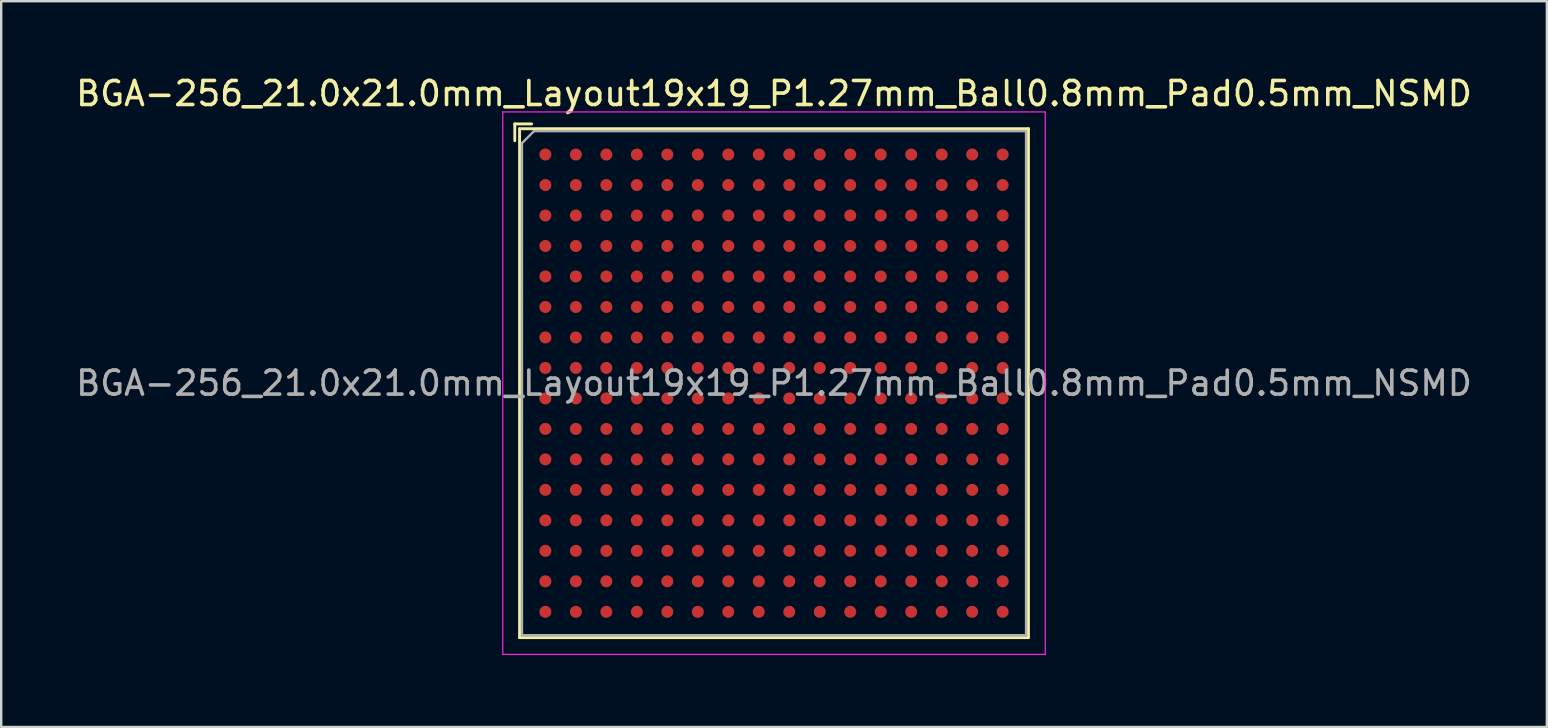
<source format=kicad_pcb>
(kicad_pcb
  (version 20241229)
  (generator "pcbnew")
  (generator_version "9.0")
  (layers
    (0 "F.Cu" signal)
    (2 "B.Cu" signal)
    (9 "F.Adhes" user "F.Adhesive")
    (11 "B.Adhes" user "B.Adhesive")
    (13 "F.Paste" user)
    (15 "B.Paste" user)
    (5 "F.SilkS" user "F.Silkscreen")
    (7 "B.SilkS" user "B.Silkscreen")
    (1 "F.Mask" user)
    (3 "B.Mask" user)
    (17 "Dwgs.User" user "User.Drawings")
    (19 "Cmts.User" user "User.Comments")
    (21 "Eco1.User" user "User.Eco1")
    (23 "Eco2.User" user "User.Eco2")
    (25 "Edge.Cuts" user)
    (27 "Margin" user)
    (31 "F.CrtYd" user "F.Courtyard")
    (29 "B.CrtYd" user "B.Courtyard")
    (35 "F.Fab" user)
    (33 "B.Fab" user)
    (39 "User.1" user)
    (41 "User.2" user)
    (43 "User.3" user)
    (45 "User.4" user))
  (footprint "BGA-256_21.0x21.0mm_Layout19x19_P1.27mm_Ball0.8mm_Pad0.5mm_NSMD"
    (layer "F.Cu")
    (at 29.196 12.913)
    (property "Reference" "BGA-256_21.0x21.0mm_Layout19x19_P1.27mm_Ball0.8mm_Pad0.5mm_NSMD" (at 0 -12.065 0) (layer "F.SilkS") (effects (font (size 1 1) (thickness 0.15))))
    (attr smd)
    (fp_line (start -10.8 -10.8) (end -10.8 -10.1) (stroke (width 0.12) (type solid)) (layer "F.SilkS"))
    (fp_line (start -10.6 -10.6) (end -10.6 10.6) (stroke (width 0.12) (type solid)) (layer "F.SilkS"))
    (fp_line (start -10.6 10.6) (end 10.6 10.6) (stroke (width 0.12) (type solid)) (layer "F.SilkS"))
    (fp_line (start -10.1 -10.8) (end -10.8 -10.8) (stroke (width 0.12) (type solid)) (layer "F.SilkS"))
    (fp_line (start 10.6 -10.6) (end -10.6 -10.6) (stroke (width 0.12) (type solid)) (layer "F.SilkS"))
    (fp_line (start 10.6 10.6) (end 10.6 -10.6) (stroke (width 0.12) (type solid)) (layer "F.SilkS"))
    (fp_line (start -11.3 -11.3) (end -11.3 11.3) (stroke (width 0.05) (type solid)) (layer "F.CrtYd"))
    (fp_line (start -11.3 -11.3) (end 11.3 -11.3) (stroke (width 0.05) (type solid)) (layer "F.CrtYd"))
    (fp_line (start 11.3 11.3) (end -11.3 11.3) (stroke (width 0.05) (type solid)) (layer "F.CrtYd"))
    (fp_line (start 11.3 11.3) (end 11.3 -11.3) (stroke (width 0.05) (type solid)) (layer "F.CrtYd"))
    (fp_line (start -10.5 -10) (end -10.5 10.5) (stroke (width 0.1) (type solid)) (layer "F.Fab"))
    (fp_line (start -10.5 10.5) (end 10.5 10.5) (stroke (width 0.1) (type solid)) (layer "F.Fab"))
    (fp_line (start -10 -10.5) (end -10.5 -10) (stroke (width 0.1) (type solid)) (layer "F.Fab"))
    (fp_line (start 10.5 -10.5) (end -10 -10.5) (stroke (width 0.1) (type solid)) (layer "F.Fab"))
    (fp_line (start 10.5 10.5) (end 10.5 -10.5) (stroke (width 0.1) (type solid)) (layer "F.Fab"))
    (fp_text user "${REFERENCE}" (at 0 0 0) (layer "F.Fab") (effects (font (size 1 1) (thickness 0.15))))
    (pad "A1" smd circle (at -9.525 -9.525) (size 0.5 0.5) (layers "F.Cu" "F.Mask" "F.Paste"))
    (pad "A2" smd circle (at -8.255 -9.525) (size 0.5 0.5) (layers "F.Cu" "F.Mask" "F.Paste"))
    (pad "A3" smd circle (at -6.985 -9.525) (size 0.5 0.5) (layers "F.Cu" "F.Mask" "F.Paste"))
    (pad "A4" smd circle (at -5.715 -9.525) (size 0.5 0.5) (layers "F.Cu" "F.Mask" "F.Paste"))
    (pad "A5" smd circle (at -4.445 -9.525) (size 0.5 0.5) (layers "F.Cu" "F.Mask" "F.Paste"))
    (pad "A6" smd circle (at -3.175 -9.525) (size 0.5 0.5) (layers "F.Cu" "F.Mask" "F.Paste"))
    (pad "A7" smd circle (at -1.905 -9.525) (size 0.5 0.5) (layers "F.Cu" "F.Mask" "F.Paste"))
    (pad "A8" smd circle (at -0.635 -9.525) (size 0.5 0.5) (layers "F.Cu" "F.Mask" "F.Paste"))
    (pad "A9" smd circle (at 0.635 -9.525) (size 0.5 0.5) (layers "F.Cu" "F.Mask" "F.Paste"))
    (pad "A10" smd circle (at 1.905 -9.525) (size 0.5 0.5) (layers "F.Cu" "F.Mask" "F.Paste"))
    (pad "A11" smd circle (at 3.175 -9.525) (size 0.5 0.5) (layers "F.Cu" "F.Mask" "F.Paste"))
    (pad "A12" smd circle (at 4.445 -9.525) (size 0.5 0.5) (layers "F.Cu" "F.Mask" "F.Paste"))
    (pad "A13" smd circle (at 5.715 -9.525) (size 0.5 0.5) (layers "F.Cu" "F.Mask" "F.Paste"))
    (pad "A14" smd circle (at 6.985 -9.525) (size 0.5 0.5) (layers "F.Cu" "F.Mask" "F.Paste"))
    (pad "A15" smd circle (at 8.255 -9.525) (size 0.5 0.5) (layers "F.Cu" "F.Mask" "F.Paste"))
    (pad "A16" smd circle (at 9.525 -9.525) (size 0.5 0.5) (layers "F.Cu" "F.Mask" "F.Paste"))
    (pad "B1" smd circle (at -9.525 -8.255) (size 0.5 0.5) (layers "F.Cu" "F.Mask" "F.Paste"))
    (pad "B2" smd circle (at -8.255 -8.255) (size 0.5 0.5) (layers "F.Cu" "F.Mask" "F.Paste"))
    (pad "B3" smd circle (at -6.985 -8.255) (size 0.5 0.5) (layers "F.Cu" "F.Mask" "F.Paste"))
    (pad "B4" smd circle (at -5.715 -8.255) (size 0.5 0.5) (layers "F.Cu" "F.Mask" "F.Paste"))
    (pad "B5" smd circle (at -4.445 -8.255) (size 0.5 0.5) (layers "F.Cu" "F.Mask" "F.Paste"))
    (pad "B6" smd circle (at -3.175 -8.255) (size 0.5 0.5) (layers "F.Cu" "F.Mask" "F.Paste"))
    (pad "B7" smd circle (at -1.905 -8.255) (size 0.5 0.5) (layers "F.Cu" "F.Mask" "F.Paste"))
    (pad "B8" smd circle (at -0.635 -8.255) (size 0.5 0.5) (layers "F.Cu" "F.Mask" "F.Paste"))
    (pad "B9" smd circle (at 0.635 -8.255) (size 0.5 0.5) (layers "F.Cu" "F.Mask" "F.Paste"))
    (pad "B10" smd circle (at 1.905 -8.255) (size 0.5 0.5) (layers "F.Cu" "F.Mask" "F.Paste"))
    (pad "B11" smd circle (at 3.175 -8.255) (size 0.5 0.5) (layers "F.Cu" "F.Mask" "F.Paste"))
    (pad "B12" smd circle (at 4.445 -8.255) (size 0.5 0.5) (layers "F.Cu" "F.Mask" "F.Paste"))
    (pad "B13" smd circle (at 5.715 -8.255) (size 0.5 0.5) (layers "F.Cu" "F.Mask" "F.Paste"))
    (pad "B14" smd circle (at 6.985 -8.255) (size 0.5 0.5) (layers "F.Cu" "F.Mask" "F.Paste"))
    (pad "B15" smd circle (at 8.255 -8.255) (size 0.5 0.5) (layers "F.Cu" "F.Mask" "F.Paste"))
    (pad "B16" smd circle (at 9.525 -8.255) (size 0.5 0.5) (layers "F.Cu" "F.Mask" "F.Paste"))
    (pad "C1" smd circle (at -9.525 -6.985) (size 0.5 0.5) (layers "F.Cu" "F.Mask" "F.Paste"))
    (pad "C2" smd circle (at -8.255 -6.985) (size 0.5 0.5) (layers "F.Cu" "F.Mask" "F.Paste"))
    (pad "C3" smd circle (at -6.985 -6.985) (size 0.5 0.5) (layers "F.Cu" "F.Mask" "F.Paste"))
    (pad "C4" smd circle (at -5.715 -6.985) (size 0.5 0.5) (layers "F.Cu" "F.Mask" "F.Paste"))
    (pad "C5" smd circle (at -4.445 -6.985) (size 0.5 0.5) (layers "F.Cu" "F.Mask" "F.Paste"))
    (pad "C6" smd circle (at -3.175 -6.985) (size 0.5 0.5) (layers "F.Cu" "F.Mask" "F.Paste"))
    (pad "C7" smd circle (at -1.905 -6.985) (size 0.5 0.5) (layers "F.Cu" "F.Mask" "F.Paste"))
    (pad "C8" smd circle (at -0.635 -6.985) (size 0.5 0.5) (layers "F.Cu" "F.Mask" "F.Paste"))
    (pad "C9" smd circle (at 0.635 -6.985) (size 0.5 0.5) (layers "F.Cu" "F.Mask" "F.Paste"))
    (pad "C10" smd circle (at 1.905 -6.985) (size 0.5 0.5) (layers "F.Cu" "F.Mask" "F.Paste"))
    (pad "C11" smd circle (at 3.175 -6.985) (size 0.5 0.5) (layers "F.Cu" "F.Mask" "F.Paste"))
    (pad "C12" smd circle (at 4.445 -6.985) (size 0.5 0.5) (layers "F.Cu" "F.Mask" "F.Paste"))
    (pad "C13" smd circle (at 5.715 -6.985) (size 0.5 0.5) (layers "F.Cu" "F.Mask" "F.Paste"))
    (pad "C14" smd circle (at 6.985 -6.985) (size 0.5 0.5) (layers "F.Cu" "F.Mask" "F.Paste"))
    (pad "C15" smd circle (at 8.255 -6.985) (size 0.5 0.5) (layers "F.Cu" "F.Mask" "F.Paste"))
    (pad "C16" smd circle (at 9.525 -6.985) (size 0.5 0.5) (layers "F.Cu" "F.Mask" "F.Paste"))
    (pad "D1" smd circle (at -9.525 -5.715) (size 0.5 0.5) (layers "F.Cu" "F.Mask" "F.Paste"))
    (pad "D2" smd circle (at -8.255 -5.715) (size 0.5 0.5) (layers "F.Cu" "F.Mask" "F.Paste"))
    (pad "D3" smd circle (at -6.985 -5.715) (size 0.5 0.5) (layers "F.Cu" "F.Mask" "F.Paste"))
    (pad "D4" smd circle (at -5.715 -5.715) (size 0.5 0.5) (layers "F.Cu" "F.Mask" "F.Paste"))
    (pad "D5" smd circle (at -4.445 -5.715) (size 0.5 0.5) (layers "F.Cu" "F.Mask" "F.Paste"))
    (pad "D6" smd circle (at -3.175 -5.715) (size 0.5 0.5) (layers "F.Cu" "F.Mask" "F.Paste"))
    (pad "D7" smd circle (at -1.905 -5.715) (size 0.5 0.5) (layers "F.Cu" "F.Mask" "F.Paste"))
    (pad "D8" smd circle (at -0.635 -5.715) (size 0.5 0.5) (layers "F.Cu" "F.Mask" "F.Paste"))
    (pad "D9" smd circle (at 0.635 -5.715) (size 0.5 0.5) (layers "F.Cu" "F.Mask" "F.Paste"))
    (pad "D10" smd circle (at 1.905 -5.715 90) (size 0.5 0.5) (layers "F.Cu" "F.Mask" "F.Paste"))
    (pad "D11" smd circle (at 3.175 -5.715) (size 0.5 0.5) (layers "F.Cu" "F.Mask" "F.Paste"))
    (pad "D12" smd circle (at 4.445 -5.715) (size 0.5 0.5) (layers "F.Cu" "F.Mask" "F.Paste"))
    (pad "D13" smd circle (at 5.715 -5.715) (size 0.5 0.5) (layers "F.Cu" "F.Mask" "F.Paste"))
    (pad "D14" smd circle (at 6.985 -5.715) (size 0.5 0.5) (layers "F.Cu" "F.Mask" "F.Paste"))
    (pad "D15" smd circle (at 8.255 -5.715) (size 0.5 0.5) (layers "F.Cu" "F.Mask" "F.Paste"))
    (pad "D16" smd circle (at 9.525 -5.715) (size 0.5 0.5) (layers "F.Cu" "F.Mask" "F.Paste"))
    (pad "E1" smd circle (at -9.525 -4.445) (size 0.5 0.5) (layers "F.Cu" "F.Mask" "F.Paste"))
    (pad "E2" smd circle (at -8.255 -4.445) (size 0.5 0.5) (layers "F.Cu" "F.Mask" "F.Paste"))
    (pad "E3" smd circle (at -6.985 -4.445) (size 0.5 0.5) (layers "F.Cu" "F.Mask" "F.Paste"))
    (pad "E4" smd circle (at -5.715 -4.445) (size 0.5 0.5) (layers "F.Cu" "F.Mask" "F.Paste"))
    (pad "E5" smd circle (at -4.445 -4.445) (size 0.5 0.5) (layers "F.Cu" "F.Mask" "F.Paste"))
    (pad "E6" smd circle (at -3.175 -4.445) (size 0.5 0.5) (layers "F.Cu" "F.Mask" "F.Paste"))
    (pad "E7" smd circle (at -1.905 -4.445) (size 0.5 0.5) (layers "F.Cu" "F.Mask" "F.Paste"))
    (pad "E8" smd circle (at -0.635 -4.445) (size 0.5 0.5) (layers "F.Cu" "F.Mask" "F.Paste"))
    (pad "E9" smd circle (at 0.635 -4.445) (size 0.5 0.5) (layers "F.Cu" "F.Mask" "F.Paste"))
    (pad "E10" smd circle (at 1.905 -4.445) (size 0.5 0.5) (layers "F.Cu" "F.Mask" "F.Paste"))
    (pad "E11" smd circle (at 3.175 -4.445) (size 0.5 0.5) (layers "F.Cu" "F.Mask" "F.Paste"))
    (pad "E12" smd circle (at 4.445 -4.445) (size 0.5 0.5) (layers "F.Cu" "F.Mask" "F.Paste"))
    (pad "E13" smd circle (at 5.715 -4.445) (size 0.5 0.5) (layers "F.Cu" "F.Mask" "F.Paste"))
    (pad "E14" smd circle (at 6.985 -4.445) (size 0.5 0.5) (layers "F.Cu" "F.Mask" "F.Paste"))
    (pad "E15" smd circle (at 8.255 -4.445) (size 0.5 0.5) (layers "F.Cu" "F.Mask" "F.Paste"))
    (pad "E16" smd circle (at 9.525 -4.445) (size 0.5 0.5) (layers "F.Cu" "F.Mask" "F.Paste"))
    (pad "F1" smd circle (at -9.525 -3.175) (size 0.5 0.5) (layers "F.Cu" "F.Mask" "F.Paste"))
    (pad "F2" smd circle (at -8.255 -3.175) (size 0.5 0.5) (layers "F.Cu" "F.Mask" "F.Paste"))
    (pad "F3" smd circle (at -6.985 -3.175) (size 0.5 0.5) (layers "F.Cu" "F.Mask" "F.Paste"))
    (pad "F4" smd circle (at -5.715 -3.175) (size 0.5 0.5) (layers "F.Cu" "F.Mask" "F.Paste"))
    (pad "F5" smd circle (at -4.445 -3.175) (size 0.5 0.5) (layers "F.Cu" "F.Mask" "F.Paste"))
    (pad "F6" smd circle (at -3.175 -3.175) (size 0.5 0.5) (layers "F.Cu" "F.Mask" "F.Paste"))
    (pad "F7" smd circle (at -1.905 -3.175) (size 0.5 0.5) (layers "F.Cu" "F.Mask" "F.Paste"))
    (pad "F8" smd circle (at -0.635 -3.175) (size 0.5 0.5) (layers "F.Cu" "F.Mask" "F.Paste"))
    (pad "F9" smd circle (at 0.635 -3.175) (size 0.5 0.5) (layers "F.Cu" "F.Mask" "F.Paste"))
    (pad "F10" smd circle (at 1.905 -3.175) (size 0.5 0.5) (layers "F.Cu" "F.Mask" "F.Paste"))
    (pad "F11" smd circle (at 3.175 -3.175) (size 0.5 0.5) (layers "F.Cu" "F.Mask" "F.Paste"))
    (pad "F12" smd circle (at 4.445 -3.175) (size 0.5 0.5) (layers "F.Cu" "F.Mask" "F.Paste"))
    (pad "F13" smd circle (at 5.715 -3.175) (size 0.5 0.5) (layers "F.Cu" "F.Mask" "F.Paste"))
    (pad "F14" smd circle (at 6.985 -3.175) (size 0.5 0.5) (layers "F.Cu" "F.Mask" "F.Paste"))
    (pad "F15" smd circle (at 8.255 -3.175) (size 0.5 0.5) (layers "F.Cu" "F.Mask" "F.Paste"))
    (pad "F16" smd circle (at 9.525 -3.175) (size 0.5 0.5) (layers "F.Cu" "F.Mask" "F.Paste"))
    (pad "G1" smd circle (at -9.525 -1.905) (size 0.5 0.5) (layers "F.Cu" "F.Mask" "F.Paste"))
    (pad "G2" smd circle (at -8.255 -1.905) (size 0.5 0.5) (layers "F.Cu" "F.Mask" "F.Paste"))
    (pad "G3" smd circle (at -6.985 -1.905) (size 0.5 0.5) (layers "F.Cu" "F.Mask" "F.Paste"))
    (pad "G4" smd circle (at -5.715 -1.905) (size 0.5 0.5) (layers "F.Cu" "F.Mask" "F.Paste"))
    (pad "G5" smd circle (at -4.445 -1.905) (size 0.5 0.5) (layers "F.Cu" "F.Mask" "F.Paste"))
    (pad "G6" smd circle (at -3.175 -1.905) (size 0.5 0.5) (layers "F.Cu" "F.Mask" "F.Paste"))
    (pad "G7" smd circle (at -1.905 -1.905) (size 0.5 0.5) (layers "F.Cu" "F.Mask" "F.Paste"))
    (pad "G8" smd circle (at -0.635 -1.905) (size 0.5 0.5) (layers "F.Cu" "F.Mask" "F.Paste"))
    (pad "G9" smd circle (at 0.635 -1.905) (size 0.5 0.5) (layers "F.Cu" "F.Mask" "F.Paste"))
    (pad "G10" smd circle (at 1.905 -1.905) (size 0.5 0.5) (layers "F.Cu" "F.Mask" "F.Paste"))
    (pad "G11" smd circle (at 3.175 -1.905) (size 0.5 0.5) (layers "F.Cu" "F.Mask" "F.Paste"))
    (pad "G12" smd circle (at 4.445 -1.905) (size 0.5 0.5) (layers "F.Cu" "F.Mask" "F.Paste"))
    (pad "G13" smd circle (at 5.715 -1.905) (size 0.5 0.5) (layers "F.Cu" "F.Mask" "F.Paste"))
    (pad "G14" smd circle (at 6.985 -1.905) (size 0.5 0.5) (layers "F.Cu" "F.Mask" "F.Paste"))
    (pad "G15" smd circle (at 8.255 -1.905) (size 0.5 0.5) (layers "F.Cu" "F.Mask" "F.Paste"))
    (pad "G16" smd circle (at 9.525 -1.905) (size 0.5 0.5) (layers "F.Cu" "F.Mask" "F.Paste"))
    (pad "H1" smd circle (at -9.525 -0.635) (size 0.5 0.5) (layers "F.Cu" "F.Mask" "F.Paste"))
    (pad "H2" smd circle (at -8.255 -0.635) (size 0.5 0.5) (layers "F.Cu" "F.Mask" "F.Paste"))
    (pad "H3" smd circle (at -6.985 -0.635) (size 0.5 0.5) (layers "F.Cu" "F.Mask" "F.Paste"))
    (pad "H4" smd circle (at -5.715 -0.635) (size 0.5 0.5) (layers "F.Cu" "F.Mask" "F.Paste"))
    (pad "H5" smd circle (at -4.445 -0.635) (size 0.5 0.5) (layers "F.Cu" "F.Mask" "F.Paste"))
    (pad "H6" smd circle (at -3.175 -0.635) (size 0.5 0.5) (layers "F.Cu" "F.Mask" "F.Paste"))
    (pad "H7" smd circle (at -1.905 -0.635) (size 0.5 0.5) (layers "F.Cu" "F.Mask" "F.Paste"))
    (pad "H8" smd circle (at -0.635 -0.635) (size 0.5 0.5) (layers "F.Cu" "F.Mask" "F.Paste"))
    (pad "H9" smd circle (at 0.635 -0.635) (size 0.5 0.5) (layers "F.Cu" "F.Mask" "F.Paste"))
    (pad "H10" smd circle (at 1.905 -0.635) (size 0.5 0.5) (layers "F.Cu" "F.Mask" "F.Paste"))
    (pad "H11" smd circle (at 3.175 -0.635) (size 0.5 0.5) (layers "F.Cu" "F.Mask" "F.Paste"))
    (pad "H12" smd circle (at 4.445 -0.635) (size 0.5 0.5) (layers "F.Cu" "F.Mask" "F.Paste"))
    (pad "H13" smd circle (at 5.715 -0.635) (size 0.5 0.5) (layers "F.Cu" "F.Mask" "F.Paste"))
    (pad "H14" smd circle (at 6.985 -0.635) (size 0.5 0.5) (layers "F.Cu" "F.Mask" "F.Paste"))
    (pad "H15" smd circle (at 8.255 -0.635) (size 0.5 0.5) (layers "F.Cu" "F.Mask" "F.Paste"))
    (pad "H16" smd circle (at 9.525 -0.635) (size 0.5 0.5) (layers "F.Cu" "F.Mask" "F.Paste"))
    (pad "J1" smd circle (at -9.525 0.635) (size 0.5 0.5) (layers "F.Cu" "F.Mask" "F.Paste"))
    (pad "J2" smd circle (at -8.255 0.635) (size 0.5 0.5) (layers "F.Cu" "F.Mask" "F.Paste"))
    (pad "J3" smd circle (at -6.985 0.635) (size 0.5 0.5) (layers "F.Cu" "F.Mask" "F.Paste"))
    (pad "J4" smd circle (at -5.715 0.635) (size 0.5 0.5) (layers "F.Cu" "F.Mask" "F.Paste"))
    (pad "J5" smd circle (at -4.445 0.635) (size 0.5 0.5) (layers "F.Cu" "F.Mask" "F.Paste"))
    (pad "J6" smd circle (at -3.175 0.635) (size 0.5 0.5) (layers "F.Cu" "F.Mask" "F.Paste"))
    (pad "J7" smd circle (at -1.905 0.635) (size 0.5 0.5) (layers "F.Cu" "F.Mask" "F.Paste"))
    (pad "J8" smd circle (at -0.635 0.635) (size 0.5 0.5) (layers "F.Cu" "F.Mask" "F.Paste"))
    (pad "J9" smd circle (at 0.635 0.635) (size 0.5 0.5) (layers "F.Cu" "F.Mask" "F.Paste"))
    (pad "J10" smd circle (at 1.905 0.635) (size 0.5 0.5) (layers "F.Cu" "F.Mask" "F.Paste"))
    (pad "J11" smd circle (at 3.175 0.635) (size 0.5 0.5) (layers "F.Cu" "F.Mask" "F.Paste"))
    (pad "J12" smd circle (at 4.445 0.635) (size 0.5 0.5) (layers "F.Cu" "F.Mask" "F.Paste"))
    (pad "J13" smd circle (at 5.715 0.635) (size 0.5 0.5) (layers "F.Cu" "F.Mask" "F.Paste"))
    (pad "J14" smd circle (at 6.985 0.635) (size 0.5 0.5) (layers "F.Cu" "F.Mask" "F.Paste"))
    (pad "J15" smd circle (at 8.255 0.635) (size 0.5 0.5) (layers "F.Cu" "F.Mask" "F.Paste"))
    (pad "J16" smd circle (at 9.525 0.635) (size 0.5 0.5) (layers "F.Cu" "F.Mask" "F.Paste"))
    (pad "K1" smd circle (at -9.525 1.905) (size 0.5 0.5) (layers "F.Cu" "F.Mask" "F.Paste"))
    (pad "K2" smd circle (at -8.255 1.905) (size 0.5 0.5) (layers "F.Cu" "F.Mask" "F.Paste"))
    (pad "K3" smd circle (at -6.985 1.905) (size 0.5 0.5) (layers "F.Cu" "F.Mask" "F.Paste"))
    (pad "K4" smd circle (at -5.715 1.905) (size 0.5 0.5) (layers "F.Cu" "F.Mask" "F.Paste"))
    (pad "K5" smd circle (at -4.445 1.905) (size 0.5 0.5) (layers "F.Cu" "F.Mask" "F.Paste"))
    (pad "K6" smd circle (at -3.175 1.905) (size 0.5 0.5) (layers "F.Cu" "F.Mask" "F.Paste"))
    (pad "K7" smd circle (at -1.905 1.905) (size 0.5 0.5) (layers "F.Cu" "F.Mask" "F.Paste"))
    (pad "K8" smd circle (at -0.635 1.905) (size 0.5 0.5) (layers "F.Cu" "F.Mask" "F.Paste"))
    (pad "K9" smd circle (at 0.635 1.905) (size 0.5 0.5) (layers "F.Cu" "F.Mask" "F.Paste"))
    (pad "K10" smd circle (at 1.905 1.905) (size 0.5 0.5) (layers "F.Cu" "F.Mask" "F.Paste"))
    (pad "K11" smd circle (at 3.175 1.905) (size 0.5 0.5) (layers "F.Cu" "F.Mask" "F.Paste"))
    (pad "K12" smd circle (at 4.445 1.905) (size 0.5 0.5) (layers "F.Cu" "F.Mask" "F.Paste"))
    (pad "K13" smd circle (at 5.715 1.905) (size 0.5 0.5) (layers "F.Cu" "F.Mask" "F.Paste"))
    (pad "K14" smd circle (at 6.985 1.905) (size 0.5 0.5) (layers "F.Cu" "F.Mask" "F.Paste"))
    (pad "K15" smd circle (at 8.255 1.905) (size 0.5 0.5) (layers "F.Cu" "F.Mask" "F.Paste"))
    (pad "K16" smd circle (at 9.525 1.905) (size 0.5 0.5) (layers "F.Cu" "F.Mask" "F.Paste"))
    (pad "L1" smd circle (at -9.525 3.175) (size 0.5 0.5) (layers "F.Cu" "F.Mask" "F.Paste"))
    (pad "L2" smd circle (at -8.255 3.175) (size 0.5 0.5) (layers "F.Cu" "F.Mask" "F.Paste"))
    (pad "L3" smd circle (at -6.985 3.175) (size 0.5 0.5) (layers "F.Cu" "F.Mask" "F.Paste"))
    (pad "L4" smd circle (at -5.715 3.175) (size 0.5 0.5) (layers "F.Cu" "F.Mask" "F.Paste"))
    (pad "L5" smd circle (at -4.445 3.175) (size 0.5 0.5) (layers "F.Cu" "F.Mask" "F.Paste"))
    (pad "L6" smd circle (at -3.175 3.175) (size 0.5 0.5) (layers "F.Cu" "F.Mask" "F.Paste"))
    (pad "L7" smd circle (at -1.905 3.175) (size 0.5 0.5) (layers "F.Cu" "F.Mask" "F.Paste"))
    (pad "L8" smd circle (at -0.635 3.175) (size 0.5 0.5) (layers "F.Cu" "F.Mask" "F.Paste"))
    (pad "L9" smd circle (at 0.635 3.175) (size 0.5 0.5) (layers "F.Cu" "F.Mask" "F.Paste"))
    (pad "L10" smd circle (at 1.905 3.175) (size 0.5 0.5) (layers "F.Cu" "F.Mask" "F.Paste"))
    (pad "L11" smd circle (at 3.175 3.175) (size 0.5 0.5) (layers "F.Cu" "F.Mask" "F.Paste"))
    (pad "L12" smd circle (at 4.445 3.175) (size 0.5 0.5) (layers "F.Cu" "F.Mask" "F.Paste"))
    (pad "L13" smd circle (at 5.715 3.175) (size 0.5 0.5) (layers "F.Cu" "F.Mask" "F.Paste"))
    (pad "L14" smd circle (at 6.985 3.175) (size 0.5 0.5) (layers "F.Cu" "F.Mask" "F.Paste"))
    (pad "L15" smd circle (at 8.255 3.175) (size 0.5 0.5) (layers "F.Cu" "F.Mask" "F.Paste"))
    (pad "L16" smd circle (at 9.525 3.175) (size 0.5 0.5) (layers "F.Cu" "F.Mask" "F.Paste"))
    (pad "M1" smd circle (at -9.525 4.445) (size 0.5 0.5) (layers "F.Cu" "F.Mask" "F.Paste"))
    (pad "M2" smd circle (at -8.255 4.445) (size 0.5 0.5) (layers "F.Cu" "F.Mask" "F.Paste"))
    (pad "M3" smd circle (at -6.985 4.445) (size 0.5 0.5) (layers "F.Cu" "F.Mask" "F.Paste"))
    (pad "M4" smd circle (at -5.715 4.445) (size 0.5 0.5) (layers "F.Cu" "F.Mask" "F.Paste"))
    (pad "M5" smd circle (at -4.445 4.445) (size 0.5 0.5) (layers "F.Cu" "F.Mask" "F.Paste"))
    (pad "M6" smd circle (at -3.175 4.445) (size 0.5 0.5) (layers "F.Cu" "F.Mask" "F.Paste"))
    (pad "M7" smd circle (at -1.905 4.445) (size 0.5 0.5) (layers "F.Cu" "F.Mask" "F.Paste"))
    (pad "M8" smd circle (at -0.635 4.445) (size 0.5 0.5) (layers "F.Cu" "F.Mask" "F.Paste"))
    (pad "M9" smd circle (at 0.635 4.445) (size 0.5 0.5) (layers "F.Cu" "F.Mask" "F.Paste"))
    (pad "M10" smd circle (at 1.905 4.445) (size 0.5 0.5) (layers "F.Cu" "F.Mask" "F.Paste"))
    (pad "M11" smd circle (at 3.175 4.445) (size 0.5 0.5) (layers "F.Cu" "F.Mask" "F.Paste"))
    (pad "M12" smd circle (at 4.445 4.445) (size 0.5 0.5) (layers "F.Cu" "F.Mask" "F.Paste"))
    (pad "M13" smd circle (at 5.715 4.445) (size 0.5 0.5) (layers "F.Cu" "F.Mask" "F.Paste"))
    (pad "M14" smd circle (at 6.985 4.445) (size 0.5 0.5) (layers "F.Cu" "F.Mask" "F.Paste"))
    (pad "M15" smd circle (at 8.255 4.445) (size 0.5 0.5) (layers "F.Cu" "F.Mask" "F.Paste"))
    (pad "M16" smd circle (at 9.525 4.445) (size 0.5 0.5) (layers "F.Cu" "F.Mask" "F.Paste"))
    (pad "N1" smd circle (at -9.525 5.715) (size 0.5 0.5) (layers "F.Cu" "F.Mask" "F.Paste"))
    (pad "N2" smd circle (at -8.255 5.715) (size 0.5 0.5) (layers "F.Cu" "F.Mask" "F.Paste"))
    (pad "N3" smd circle (at -6.985 5.715) (size 0.5 0.5) (layers "F.Cu" "F.Mask" "F.Paste"))
    (pad "N4" smd circle (at -5.715 5.715) (size 0.5 0.5) (layers "F.Cu" "F.Mask" "F.Paste"))
    (pad "N5" smd circle (at -4.445 5.715) (size 0.5 0.5) (layers "F.Cu" "F.Mask" "F.Paste"))
    (pad "N6" smd circle (at -3.175 5.715) (size 0.5 0.5) (layers "F.Cu" "F.Mask" "F.Paste"))
    (pad "N7" smd circle (at -1.905 5.715) (size 0.5 0.5) (layers "F.Cu" "F.Mask" "F.Paste"))
    (pad "N8" smd circle (at -0.635 5.715) (size 0.5 0.5) (layers "F.Cu" "F.Mask" "F.Paste"))
    (pad "N9" smd circle (at 0.635 5.715) (size 0.5 0.5) (layers "F.Cu" "F.Mask" "F.Paste"))
    (pad "N10" smd circle (at 1.905 5.715) (size 0.5 0.5) (layers "F.Cu" "F.Mask" "F.Paste"))
    (pad "N11" smd circle (at 3.175 5.715) (size 0.5 0.5) (layers "F.Cu" "F.Mask" "F.Paste"))
    (pad "N12" smd circle (at 4.445 5.715) (size 0.5 0.5) (layers "F.Cu" "F.Mask" "F.Paste"))
    (pad "N13" smd circle (at 5.715 5.715) (size 0.5 0.5) (layers "F.Cu" "F.Mask" "F.Paste"))
    (pad "N14" smd circle (at 6.985 5.715) (size 0.5 0.5) (layers "F.Cu" "F.Mask" "F.Paste"))
    (pad "N15" smd circle (at 8.255 5.715) (size 0.5 0.5) (layers "F.Cu" "F.Mask" "F.Paste"))
    (pad "N16" smd circle (at 9.525 5.715) (size 0.5 0.5) (layers "F.Cu" "F.Mask" "F.Paste"))
    (pad "P1" smd circle (at -9.525 6.985) (size 0.5 0.5) (layers "F.Cu" "F.Mask" "F.Paste"))
    (pad "P2" smd circle (at -8.255 6.985) (size 0.5 0.5) (layers "F.Cu" "F.Mask" "F.Paste"))
    (pad "P3" smd circle (at -6.985 6.985) (size 0.5 0.5) (layers "F.Cu" "F.Mask" "F.Paste"))
    (pad "P4" smd circle (at -5.715 6.985) (size 0.5 0.5) (layers "F.Cu" "F.Mask" "F.Paste"))
    (pad "P5" smd circle (at -4.445 6.985) (size 0.5 0.5) (layers "F.Cu" "F.Mask" "F.Paste"))
    (pad "P6" smd circle (at -3.175 6.985) (size 0.5 0.5) (layers "F.Cu" "F.Mask" "F.Paste"))
    (pad "P7" smd circle (at -1.905 6.985) (size 0.5 0.5) (layers "F.Cu" "F.Mask" "F.Paste"))
    (pad "P8" smd circle (at -0.635 6.985) (size 0.5 0.5) (layers "F.Cu" "F.Mask" "F.Paste"))
    (pad "P9" smd circle (at 0.635 6.985) (size 0.5 0.5) (layers "F.Cu" "F.Mask" "F.Paste"))
    (pad "P10" smd circle (at 1.905 6.985) (size 0.5 0.5) (layers "F.Cu" "F.Mask" "F.Paste"))
    (pad "P11" smd circle (at 3.175 6.985) (size 0.5 0.5) (layers "F.Cu" "F.Mask" "F.Paste"))
    (pad "P12" smd circle (at 4.445 6.985) (size 0.5 0.5) (layers "F.Cu" "F.Mask" "F.Paste"))
    (pad "P13" smd circle (at 5.715 6.985) (size 0.5 0.5) (layers "F.Cu" "F.Mask" "F.Paste"))
    (pad "P14" smd circle (at 6.985 6.985) (size 0.5 0.5) (layers "F.Cu" "F.Mask" "F.Paste"))
    (pad "P15" smd circle (at 8.255 6.985) (size 0.5 0.5) (layers "F.Cu" "F.Mask" "F.Paste"))
    (pad "P16" smd circle (at 9.525 6.985) (size 0.5 0.5) (layers "F.Cu" "F.Mask" "F.Paste"))
    (pad "R1" smd circle (at -9.525 8.255) (size 0.5 0.5) (layers "F.Cu" "F.Mask" "F.Paste"))
    (pad "R2" smd circle (at -8.255 8.255) (size 0.5 0.5) (layers "F.Cu" "F.Mask" "F.Paste"))
    (pad "R3" smd circle (at -6.985 8.255) (size 0.5 0.5) (layers "F.Cu" "F.Mask" "F.Paste"))
    (pad "R4" smd circle (at -5.715 8.255) (size 0.5 0.5) (layers "F.Cu" "F.Mask" "F.Paste"))
    (pad "R5" smd circle (at -4.445 8.255) (size 0.5 0.5) (layers "F.Cu" "F.Mask" "F.Paste"))
    (pad "R6" smd circle (at -3.175 8.255) (size 0.5 0.5) (layers "F.Cu" "F.Mask" "F.Paste"))
    (pad "R7" smd circle (at -1.905 8.255) (size 0.5 0.5) (layers "F.Cu" "F.Mask" "F.Paste"))
    (pad "R8" smd circle (at -0.635 8.255) (size 0.5 0.5) (layers "F.Cu" "F.Mask" "F.Paste"))
    (pad "R9" smd circle (at 0.635 8.255) (size 0.5 0.5) (layers "F.Cu" "F.Mask" "F.Paste"))
    (pad "R10" smd circle (at 1.905 8.255) (size 0.5 0.5) (layers "F.Cu" "F.Mask" "F.Paste"))
    (pad "R11" smd circle (at 3.175 8.255) (size 0.5 0.5) (layers "F.Cu" "F.Mask" "F.Paste"))
    (pad "R12" smd circle (at 4.445 8.255) (size 0.5 0.5) (layers "F.Cu" "F.Mask" "F.Paste"))
    (pad "R13" smd circle (at 5.715 8.255) (size 0.5 0.5) (layers "F.Cu" "F.Mask" "F.Paste"))
    (pad "R14" smd circle (at 6.985 8.255) (size 0.5 0.5) (layers "F.Cu" "F.Mask" "F.Paste"))
    (pad "R15" smd circle (at 8.255 8.255) (size 0.5 0.5) (layers "F.Cu" "F.Mask" "F.Paste"))
    (pad "R16" smd circle (at 9.525 8.255) (size 0.5 0.5) (layers "F.Cu" "F.Mask" "F.Paste"))
    (pad "T1" smd circle (at -9.525 9.525) (size 0.5 0.5) (layers "F.Cu" "F.Mask" "F.Paste"))
    (pad "T2" smd circle (at -8.255 9.525) (size 0.5 0.5) (layers "F.Cu" "F.Mask" "F.Paste"))
    (pad "T3" smd circle (at -6.985 9.525) (size 0.5 0.5) (layers "F.Cu" "F.Mask" "F.Paste"))
    (pad "T4" smd circle (at -5.715 9.525) (size 0.5 0.5) (layers "F.Cu" "F.Mask" "F.Paste"))
    (pad "T5" smd circle (at -4.445 9.525) (size 0.5 0.5) (layers "F.Cu" "F.Mask" "F.Paste"))
    (pad "T6" smd circle (at -3.175 9.525) (size 0.5 0.5) (layers "F.Cu" "F.Mask" "F.Paste"))
    (pad "T7" smd circle (at -1.905 9.525) (size 0.5 0.5) (layers "F.Cu" "F.Mask" "F.Paste"))
    (pad "T8" smd circle (at -0.635 9.525) (size 0.5 0.5) (layers "F.Cu" "F.Mask" "F.Paste"))
    (pad "T9" smd circle (at 0.635 9.525) (size 0.5 0.5) (layers "F.Cu" "F.Mask" "F.Paste"))
    (pad "T10" smd circle (at 1.905 9.525) (size 0.5 0.5) (layers "F.Cu" "F.Mask" "F.Paste"))
    (pad "T11" smd circle (at 3.175 9.525) (size 0.5 0.5) (layers "F.Cu" "F.Mask" "F.Paste"))
    (pad "T12" smd circle (at 4.445 9.525) (size 0.5 0.5) (layers "F.Cu" "F.Mask" "F.Paste"))
    (pad "T13" smd circle (at 5.715 9.525) (size 0.5 0.5) (layers "F.Cu" "F.Mask" "F.Paste"))
    (pad "T14" smd circle (at 6.985 9.525) (size 0.5 0.5) (layers "F.Cu" "F.Mask" "F.Paste"))
    (pad "T15" smd circle (at 8.255 9.525) (size 0.5 0.5) (layers "F.Cu" "F.Mask" "F.Paste"))
    (pad "T16" smd circle (at 9.525 9.525) (size 0.5 0.5) (layers "F.Cu" "F.Mask" "F.Paste")))
  (gr_rect
    (start -3 -3)
    (end 61.393 27.238)
    (stroke (width 0.1) (type default))
    (fill no)
    (layer "Edge.Cuts")))
</source>
